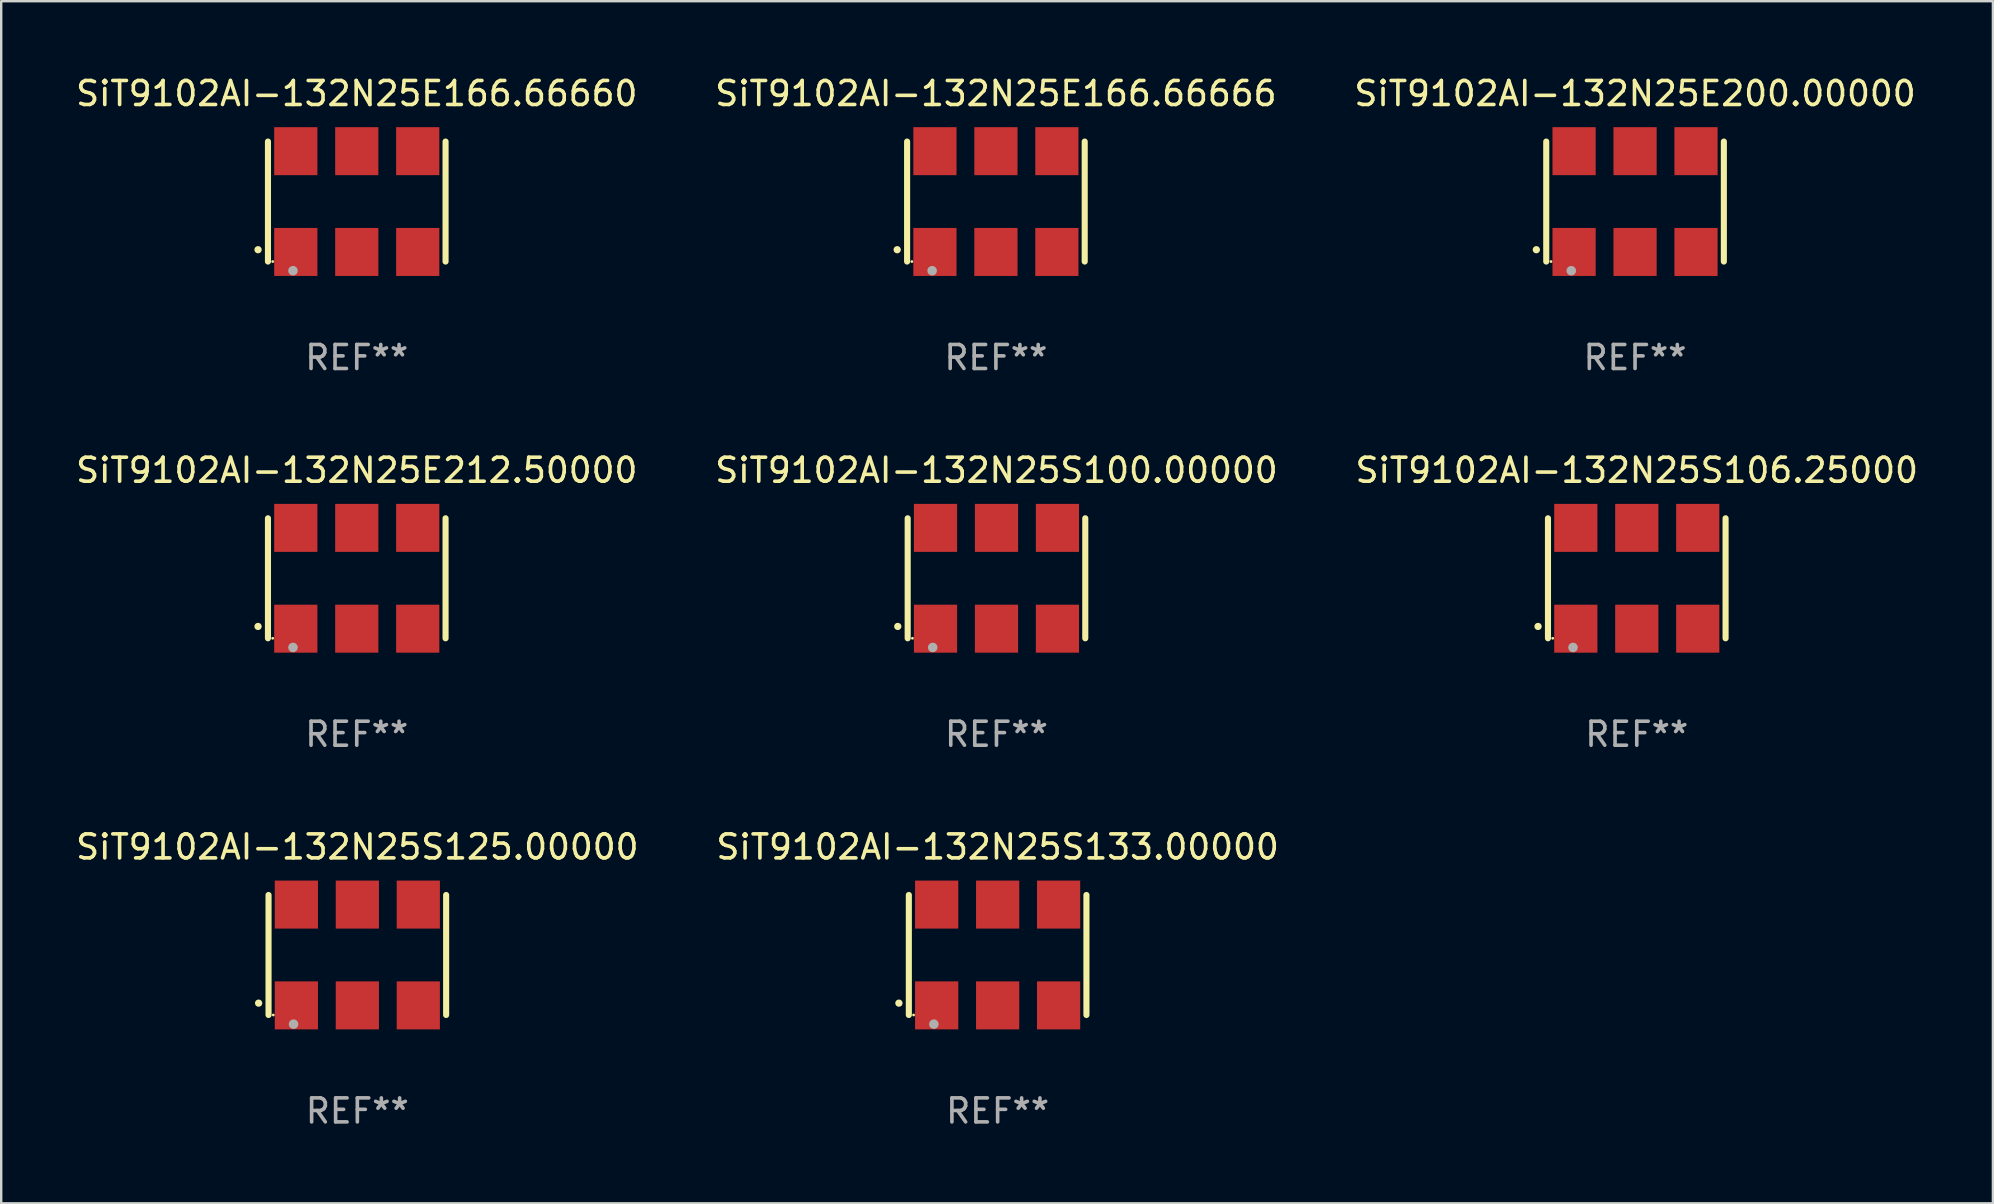
<source format=kicad_pcb>
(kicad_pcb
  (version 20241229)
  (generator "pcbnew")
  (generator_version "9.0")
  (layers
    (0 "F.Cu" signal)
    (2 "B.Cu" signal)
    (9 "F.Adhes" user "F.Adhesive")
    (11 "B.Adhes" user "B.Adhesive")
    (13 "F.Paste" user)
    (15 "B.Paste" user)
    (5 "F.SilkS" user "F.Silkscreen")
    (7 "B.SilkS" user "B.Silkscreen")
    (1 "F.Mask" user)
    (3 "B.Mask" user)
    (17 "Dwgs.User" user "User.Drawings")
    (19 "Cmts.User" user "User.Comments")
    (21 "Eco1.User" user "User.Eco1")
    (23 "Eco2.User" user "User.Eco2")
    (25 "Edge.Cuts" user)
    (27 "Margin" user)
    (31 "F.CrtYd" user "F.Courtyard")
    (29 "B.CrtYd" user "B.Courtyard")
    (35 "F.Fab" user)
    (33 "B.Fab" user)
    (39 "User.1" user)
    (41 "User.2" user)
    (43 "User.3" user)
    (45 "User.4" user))
  (footprint "SiT9102AI-132N25E166.66666"
    (layer "F.Cu")
    (at 38.446 5.348)
    (property "Reference" "SiT9102AI-132N25E166.66666" (at 0 -4.5 0) (layer "F.SilkS") (effects (font (size 1 1) (thickness 0.15))))
    (attr through_hole)
    (fp_line (start -3.7 -2.5) (end -3.7 2.5) (stroke (width 0.254) (type solid)) (layer "F.SilkS"))
    (fp_line (start 3.7 -2.5) (end 3.7 2.5) (stroke (width 0.254) (type solid)) (layer "F.SilkS"))
    (fp_arc (start -4.114415 2.006604) (mid -4.113145 2.006599) (end -4.111875 2.006604) (stroke (width 0.3) (type solid)) (layer "F.SilkS"))
    (fp_circle (center -3.502 2.5) (end -3.472 2.5) (stroke (width 0.06) (type solid)) (fill no) (layer "F.SilkS"))
    (fp_circle (center -2.657 2.882) (end -2.557 2.882) (stroke (width 0.2) (type solid)) (fill no) (layer "F.Fab"))
    (fp_text user "REF**" (at 0 6.5 0) (layer "F.Fab") (effects (font (size 1 1) (thickness 0.15))))
    (pad "1" smd rect (at -2.54 2.1) (size 1.8 2) (layers "F.Cu" "F.Mask" "F.Paste"))
    (pad "2" smd rect (at 0.000394 2.1) (size 1.8 2) (layers "F.Cu" "F.Mask" "F.Paste"))
    (pad "3" smd rect (at 2.54 2.1) (size 1.8 2) (layers "F.Cu" "F.Mask" "F.Paste"))
    (pad "4" smd rect (at 2.54 -2.1) (size 1.8 2) (layers "F.Cu" "F.Mask" "F.Paste"))
    (pad "5" smd rect (at 0.000394 -2.1) (size 1.8 2) (layers "F.Cu" "F.Mask" "F.Paste"))
    (pad "6" smd rect (at -2.54 -2.1) (size 1.8 2) (layers "F.Cu" "F.Mask" "F.Paste")))
  (footprint "SiT9102AI-132N25E212.50000"
    (layer "F.Cu")
    (at 11.815 21.045)
    (property "Reference" "SiT9102AI-132N25E212.50000" (at 0 -4.5 0) (layer "F.SilkS") (effects (font (size 1 1) (thickness 0.15))))
    (attr through_hole)
    (fp_line (start -3.7 -2.5) (end -3.7 2.5) (stroke (width 0.254) (type solid)) (layer "F.SilkS"))
    (fp_line (start 3.7 -2.5) (end 3.7 2.5) (stroke (width 0.254) (type solid)) (layer "F.SilkS"))
    (fp_arc (start -4.114415 2.006604) (mid -4.113145 2.006599) (end -4.111875 2.006604) (stroke (width 0.3) (type solid)) (layer "F.SilkS"))
    (fp_circle (center -3.502 2.5) (end -3.472 2.5) (stroke (width 0.06) (type solid)) (fill no) (layer "F.SilkS"))
    (fp_circle (center -2.657 2.882) (end -2.557 2.882) (stroke (width 0.2) (type solid)) (fill no) (layer "F.Fab"))
    (fp_text user "REF**" (at 0 6.5 0) (layer "F.Fab") (effects (font (size 1 1) (thickness 0.15))))
    (pad "1" smd rect (at -2.54 2.1) (size 1.8 2) (layers "F.Cu" "F.Mask" "F.Paste"))
    (pad "2" smd rect (at 0.000394 2.1) (size 1.8 2) (layers "F.Cu" "F.Mask" "F.Paste"))
    (pad "3" smd rect (at 2.54 2.1) (size 1.8 2) (layers "F.Cu" "F.Mask" "F.Paste"))
    (pad "4" smd rect (at 2.54 -2.1) (size 1.8 2) (layers "F.Cu" "F.Mask" "F.Paste"))
    (pad "5" smd rect (at 0.000394 -2.1) (size 1.8 2) (layers "F.Cu" "F.Mask" "F.Paste"))
    (pad "6" smd rect (at -2.54 -2.1) (size 1.8 2) (layers "F.Cu" "F.Mask" "F.Paste")))
  (footprint "SiT9102AI-132N25E200.00000"
    (layer "F.Cu")
    (at 65.077 5.348)
    (property "Reference" "SiT9102AI-132N25E200.00000" (at 0 -4.5 0) (layer "F.SilkS") (effects (font (size 1 1) (thickness 0.15))))
    (attr through_hole)
    (fp_line (start -3.7 -2.5) (end -3.7 2.5) (stroke (width 0.254) (type solid)) (layer "F.SilkS"))
    (fp_line (start 3.7 -2.5) (end 3.7 2.5) (stroke (width 0.254) (type solid)) (layer "F.SilkS"))
    (fp_arc (start -4.114415 2.006604) (mid -4.113145 2.006599) (end -4.111875 2.006604) (stroke (width 0.3) (type solid)) (layer "F.SilkS"))
    (fp_circle (center -3.502 2.5) (end -3.472 2.5) (stroke (width 0.06) (type solid)) (fill no) (layer "F.SilkS"))
    (fp_circle (center -2.657 2.882) (end -2.557 2.882) (stroke (width 0.2) (type solid)) (fill no) (layer "F.Fab"))
    (fp_text user "REF**" (at 0 6.5 0) (layer "F.Fab") (effects (font (size 1 1) (thickness 0.15))))
    (pad "1" smd rect (at -2.54 2.1) (size 1.8 2) (layers "F.Cu" "F.Mask" "F.Paste"))
    (pad "2" smd rect (at 0.000394 2.1) (size 1.8 2) (layers "F.Cu" "F.Mask" "F.Paste"))
    (pad "3" smd rect (at 2.54 2.1) (size 1.8 2) (layers "F.Cu" "F.Mask" "F.Paste"))
    (pad "4" smd rect (at 2.54 -2.1) (size 1.8 2) (layers "F.Cu" "F.Mask" "F.Paste"))
    (pad "5" smd rect (at 0.000394 -2.1) (size 1.8 2) (layers "F.Cu" "F.Mask" "F.Paste"))
    (pad "6" smd rect (at -2.54 -2.1) (size 1.8 2) (layers "F.Cu" "F.Mask" "F.Paste")))
  (footprint "SiT9102AI-132N25S106.25000"
    (layer "F.Cu")
    (at 65.149 21.045)
    (property "Reference" "SiT9102AI-132N25S106.25000" (at 0 -4.5 0) (layer "F.SilkS") (effects (font (size 1 1) (thickness 0.15))))
    (attr through_hole)
    (fp_line (start -3.7 -2.5) (end -3.7 2.5) (stroke (width 0.254) (type solid)) (layer "F.SilkS"))
    (fp_line (start 3.7 -2.5) (end 3.7 2.5) (stroke (width 0.254) (type solid)) (layer "F.SilkS"))
    (fp_arc (start -4.114415 2.006604) (mid -4.113145 2.006599) (end -4.111875 2.006604) (stroke (width 0.3) (type solid)) (layer "F.SilkS"))
    (fp_circle (center -3.502 2.5) (end -3.472 2.5) (stroke (width 0.06) (type solid)) (fill no) (layer "F.SilkS"))
    (fp_circle (center -2.657 2.882) (end -2.557 2.882) (stroke (width 0.2) (type solid)) (fill no) (layer "F.Fab"))
    (fp_text user "REF**" (at 0 6.5 0) (layer "F.Fab") (effects (font (size 1 1) (thickness 0.15))))
    (pad "1" smd rect (at -2.54 2.1) (size 1.8 2) (layers "F.Cu" "F.Mask" "F.Paste"))
    (pad "2" smd rect (at 0.000394 2.1) (size 1.8 2) (layers "F.Cu" "F.Mask" "F.Paste"))
    (pad "3" smd rect (at 2.54 2.1) (size 1.8 2) (layers "F.Cu" "F.Mask" "F.Paste"))
    (pad "4" smd rect (at 2.54 -2.1) (size 1.8 2) (layers "F.Cu" "F.Mask" "F.Paste"))
    (pad "5" smd rect (at 0.000394 -2.1) (size 1.8 2) (layers "F.Cu" "F.Mask" "F.Paste"))
    (pad "6" smd rect (at -2.54 -2.1) (size 1.8 2) (layers "F.Cu" "F.Mask" "F.Paste")))
  (footprint "SiT9102AI-132N25S125.00000"
    (layer "F.Cu")
    (at 11.839 36.741)
    (property "Reference" "SiT9102AI-132N25S125.00000" (at 0 -4.5 0) (layer "F.SilkS") (effects (font (size 1 1) (thickness 0.15))))
    (attr through_hole)
    (fp_line (start -3.7 -2.5) (end -3.7 2.5) (stroke (width 0.254) (type solid)) (layer "F.SilkS"))
    (fp_line (start 3.7 -2.5) (end 3.7 2.5) (stroke (width 0.254) (type solid)) (layer "F.SilkS"))
    (fp_arc (start -4.114415 2.006604) (mid -4.113145 2.006599) (end -4.111875 2.006604) (stroke (width 0.3) (type solid)) (layer "F.SilkS"))
    (fp_circle (center -3.502 2.5) (end -3.472 2.5) (stroke (width 0.06) (type solid)) (fill no) (layer "F.SilkS"))
    (fp_circle (center -2.657 2.882) (end -2.557 2.882) (stroke (width 0.2) (type solid)) (fill no) (layer "F.Fab"))
    (fp_text user "REF**" (at 0 6.5 0) (layer "F.Fab") (effects (font (size 1 1) (thickness 0.15))))
    (pad "1" smd rect (at -2.54 2.1) (size 1.8 2) (layers "F.Cu" "F.Mask" "F.Paste"))
    (pad "2" smd rect (at 0.000394 2.1) (size 1.8 2) (layers "F.Cu" "F.Mask" "F.Paste"))
    (pad "3" smd rect (at 2.54 2.1) (size 1.8 2) (layers "F.Cu" "F.Mask" "F.Paste"))
    (pad "4" smd rect (at 2.54 -2.1) (size 1.8 2) (layers "F.Cu" "F.Mask" "F.Paste"))
    (pad "5" smd rect (at 0.000394 -2.1) (size 1.8 2) (layers "F.Cu" "F.Mask" "F.Paste"))
    (pad "6" smd rect (at -2.54 -2.1) (size 1.8 2) (layers "F.Cu" "F.Mask" "F.Paste")))
  (footprint "SiT9102AI-132N25S133.00000"
    (layer "F.Cu")
    (at 38.518 36.741)
    (property "Reference" "SiT9102AI-132N25S133.00000" (at 0 -4.5 0) (layer "F.SilkS") (effects (font (size 1 1) (thickness 0.15))))
    (attr through_hole)
    (fp_line (start -3.7 -2.5) (end -3.7 2.5) (stroke (width 0.254) (type solid)) (layer "F.SilkS"))
    (fp_line (start 3.7 -2.5) (end 3.7 2.5) (stroke (width 0.254) (type solid)) (layer "F.SilkS"))
    (fp_arc (start -4.114415 2.006604) (mid -4.113145 2.006599) (end -4.111875 2.006604) (stroke (width 0.3) (type solid)) (layer "F.SilkS"))
    (fp_circle (center -3.502 2.5) (end -3.472 2.5) (stroke (width 0.06) (type solid)) (fill no) (layer "F.SilkS"))
    (fp_circle (center -2.657 2.882) (end -2.557 2.882) (stroke (width 0.2) (type solid)) (fill no) (layer "F.Fab"))
    (fp_text user "REF**" (at 0 6.5 0) (layer "F.Fab") (effects (font (size 1 1) (thickness 0.15))))
    (pad "1" smd rect (at -2.54 2.1) (size 1.8 2) (layers "F.Cu" "F.Mask" "F.Paste"))
    (pad "2" smd rect (at 0.000394 2.1) (size 1.8 2) (layers "F.Cu" "F.Mask" "F.Paste"))
    (pad "3" smd rect (at 2.54 2.1) (size 1.8 2) (layers "F.Cu" "F.Mask" "F.Paste"))
    (pad "4" smd rect (at 2.54 -2.1) (size 1.8 2) (layers "F.Cu" "F.Mask" "F.Paste"))
    (pad "5" smd rect (at 0.000394 -2.1) (size 1.8 2) (layers "F.Cu" "F.Mask" "F.Paste"))
    (pad "6" smd rect (at -2.54 -2.1) (size 1.8 2) (layers "F.Cu" "F.Mask" "F.Paste")))
  (footprint "SiT9102AI-132N25S100.00000"
    (layer "F.Cu")
    (at 38.47 21.045)
    (property "Reference" "SiT9102AI-132N25S100.00000" (at 0 -4.5 0) (layer "F.SilkS") (effects (font (size 1 1) (thickness 0.15))))
    (attr through_hole)
    (fp_line (start -3.7 -2.5) (end -3.7 2.5) (stroke (width 0.254) (type solid)) (layer "F.SilkS"))
    (fp_line (start 3.7 -2.5) (end 3.7 2.5) (stroke (width 0.254) (type solid)) (layer "F.SilkS"))
    (fp_arc (start -4.114415 2.006604) (mid -4.113145 2.006599) (end -4.111875 2.006604) (stroke (width 0.3) (type solid)) (layer "F.SilkS"))
    (fp_circle (center -3.502 2.5) (end -3.472 2.5) (stroke (width 0.06) (type solid)) (fill no) (layer "F.SilkS"))
    (fp_circle (center -2.657 2.882) (end -2.557 2.882) (stroke (width 0.2) (type solid)) (fill no) (layer "F.Fab"))
    (fp_text user "REF**" (at 0 6.5 0) (layer "F.Fab") (effects (font (size 1 1) (thickness 0.15))))
    (pad "1" smd rect (at -2.54 2.1) (size 1.8 2) (layers "F.Cu" "F.Mask" "F.Paste"))
    (pad "2" smd rect (at 0.000394 2.1) (size 1.8 2) (layers "F.Cu" "F.Mask" "F.Paste"))
    (pad "3" smd rect (at 2.54 2.1) (size 1.8 2) (layers "F.Cu" "F.Mask" "F.Paste"))
    (pad "4" smd rect (at 2.54 -2.1) (size 1.8 2) (layers "F.Cu" "F.Mask" "F.Paste"))
    (pad "5" smd rect (at 0.000394 -2.1) (size 1.8 2) (layers "F.Cu" "F.Mask" "F.Paste"))
    (pad "6" smd rect (at -2.54 -2.1) (size 1.8 2) (layers "F.Cu" "F.Mask" "F.Paste")))
  (footprint "SiT9102AI-132N25E166.66660"
    (layer "F.Cu")
    (at 11.815 5.348)
    (property "Reference" "SiT9102AI-132N25E166.66660" (at 0 -4.5 0) (layer "F.SilkS") (effects (font (size 1 1) (thickness 0.15))))
    (attr through_hole)
    (fp_line (start -3.7 -2.5) (end -3.7 2.5) (stroke (width 0.254) (type solid)) (layer "F.SilkS"))
    (fp_line (start 3.7 -2.5) (end 3.7 2.5) (stroke (width 0.254) (type solid)) (layer "F.SilkS"))
    (fp_arc (start -4.114415 2.006604) (mid -4.113145 2.006599) (end -4.111875 2.006604) (stroke (width 0.3) (type solid)) (layer "F.SilkS"))
    (fp_circle (center -3.502 2.5) (end -3.472 2.5) (stroke (width 0.06) (type solid)) (fill no) (layer "F.SilkS"))
    (fp_circle (center -2.657 2.882) (end -2.557 2.882) (stroke (width 0.2) (type solid)) (fill no) (layer "F.Fab"))
    (fp_text user "REF**" (at 0 6.5 0) (layer "F.Fab") (effects (font (size 1 1) (thickness 0.15))))
    (pad "1" smd rect (at -2.54 2.1) (size 1.8 2) (layers "F.Cu" "F.Mask" "F.Paste"))
    (pad "2" smd rect (at 0.000394 2.1) (size 1.8 2) (layers "F.Cu" "F.Mask" "F.Paste"))
    (pad "3" smd rect (at 2.54 2.1) (size 1.8 2) (layers "F.Cu" "F.Mask" "F.Paste"))
    (pad "4" smd rect (at 2.54 -2.1) (size 1.8 2) (layers "F.Cu" "F.Mask" "F.Paste"))
    (pad "5" smd rect (at 0.000394 -2.1) (size 1.8 2) (layers "F.Cu" "F.Mask" "F.Paste"))
    (pad "6" smd rect (at -2.54 -2.1) (size 1.8 2) (layers "F.Cu" "F.Mask" "F.Paste")))
  (gr_rect
    (start -3 -3)
    (end 79.988 47.09)
    (stroke (width 0.1) (type default))
    (fill no)
    (layer "Edge.Cuts")))
</source>
